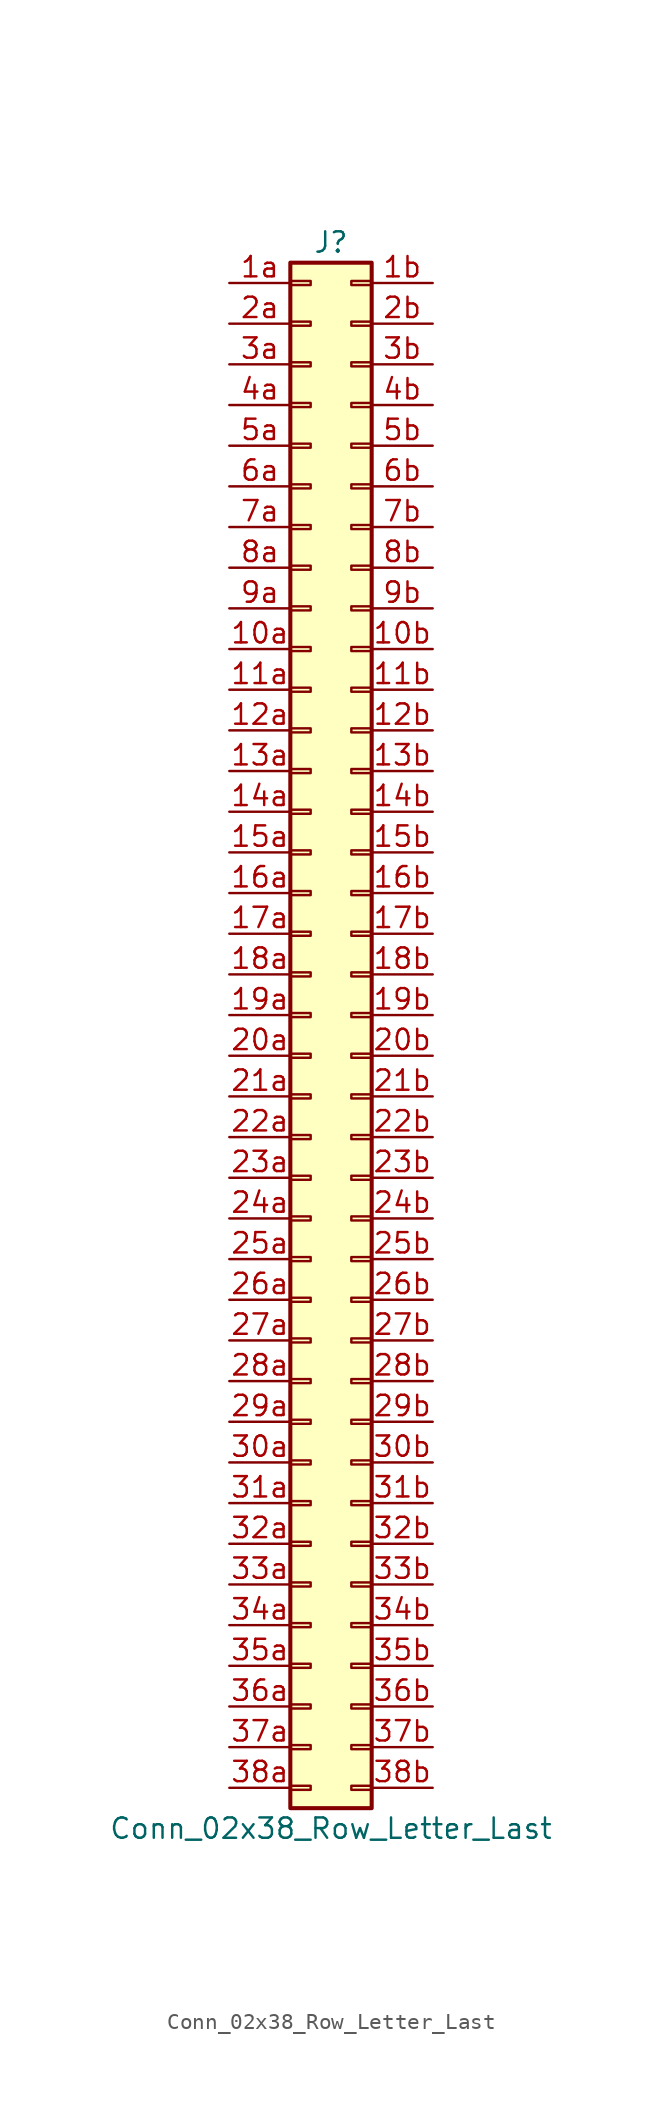
<source format=kicad_sym>
(kicad_symbol_lib
  (version 20220914)
  (generator kicad_symbol_editor)
  (symbol "Conn_02x38_Row_Letter_Last"
    (pin_names
      (offset 1.016) hide)
    (property "Reference" "J"
      (at 1.27 48.26 0)
      (effects (font (size 1.27 1.27))))
    (property "Value" "Conn_02x38_Row_Letter_Last"
      (at 1.27 -50.8 0)
      (effects (font (size 1.27 1.27))))
    (symbol "Conn_02x38_Row_Letter_Last_1_1"
      (rectangle (start -1.27 -48.133) (end 0 -48.387) (stroke (width 0.152) (type solid)) (fill (type none)))
      (rectangle (start -1.27 -45.593) (end 0 -45.847) (stroke (width 0.152) (type solid)) (fill (type none)))
      (rectangle (start -1.27 -43.053) (end 0 -43.307) (stroke (width 0.152) (type solid)) (fill (type none)))
      (rectangle (start -1.27 -40.513) (end 0 -40.767) (stroke (width 0.152) (type solid)) (fill (type none)))
      (rectangle (start -1.27 -37.973) (end 0 -38.227) (stroke (width 0.152) (type solid)) (fill (type none)))
      (rectangle (start -1.27 -35.433) (end 0 -35.687) (stroke (width 0.152) (type solid)) (fill (type none)))
      (rectangle (start -1.27 -32.893) (end 0 -33.147) (stroke (width 0.152) (type solid)) (fill (type none)))
      (rectangle (start -1.27 -30.353) (end 0 -30.607) (stroke (width 0.152) (type solid)) (fill (type none)))
      (rectangle (start -1.27 -27.813) (end 0 -28.067) (stroke (width 0.152) (type solid)) (fill (type none)))
      (rectangle (start -1.27 -25.273) (end 0 -25.527) (stroke (width 0.152) (type solid)) (fill (type none)))
      (rectangle (start -1.27 -22.733) (end 0 -22.987) (stroke (width 0.152) (type solid)) (fill (type none)))
      (rectangle (start -1.27 -20.193) (end 0 -20.447) (stroke (width 0.152) (type solid)) (fill (type none)))
      (rectangle (start -1.27 -17.653) (end 0 -17.907) (stroke (width 0.152) (type solid)) (fill (type none)))
      (rectangle (start -1.27 -15.113) (end 0 -15.367) (stroke (width 0.152) (type solid)) (fill (type none)))
      (rectangle (start -1.27 -12.573) (end 0 -12.827) (stroke (width 0.152) (type solid)) (fill (type none)))
      (rectangle (start -1.27 -10.033) (end 0 -10.287) (stroke (width 0.152) (type solid)) (fill (type none)))
      (rectangle (start -1.27 -7.493) (end 0 -7.747) (stroke (width 0.152) (type solid)) (fill (type none)))
      (rectangle (start -1.27 -4.953) (end 0 -5.207) (stroke (width 0.152) (type solid)) (fill (type none)))
      (rectangle (start -1.27 -2.413) (end 0 -2.667) (stroke (width 0.152) (type solid)) (fill (type none)))
      (rectangle (start -1.27 0.127) (end 0 -0.127) (stroke (width 0.152) (type solid)) (fill (type none)))
      (rectangle (start -1.27 2.667) (end 0 2.413) (stroke (width 0.152) (type solid)) (fill (type none)))
      (rectangle (start -1.27 5.207) (end 0 4.953) (stroke (width 0.152) (type solid)) (fill (type none)))
      (rectangle (start -1.27 7.747) (end 0 7.493) (stroke (width 0.152) (type solid)) (fill (type none)))
      (rectangle (start -1.27 10.287) (end 0 10.033) (stroke (width 0.152) (type solid)) (fill (type none)))
      (rectangle (start -1.27 12.827) (end 0 12.573) (stroke (width 0.152) (type solid)) (fill (type none)))
      (rectangle (start -1.27 15.367) (end 0 15.113) (stroke (width 0.152) (type solid)) (fill (type none)))
      (rectangle (start -1.27 17.907) (end 0 17.653) (stroke (width 0.152) (type solid)) (fill (type none)))
      (rectangle (start -1.27 20.447) (end 0 20.193) (stroke (width 0.152) (type solid)) (fill (type none)))
      (rectangle (start -1.27 22.987) (end 0 22.733) (stroke (width 0.152) (type solid)) (fill (type none)))
      (rectangle (start -1.27 25.527) (end 0 25.273) (stroke (width 0.152) (type solid)) (fill (type none)))
      (rectangle (start -1.27 28.067) (end 0 27.813) (stroke (width 0.152) (type solid)) (fill (type none)))
      (rectangle (start -1.27 30.607) (end 0 30.353) (stroke (width 0.152) (type solid)) (fill (type none)))
      (rectangle (start -1.27 33.147) (end 0 32.893) (stroke (width 0.152) (type solid)) (fill (type none)))
      (rectangle (start -1.27 35.687) (end 0 35.433) (stroke (width 0.152) (type solid)) (fill (type none)))
      (rectangle (start -1.27 38.227) (end 0 37.973) (stroke (width 0.152) (type solid)) (fill (type none)))
      (rectangle (start -1.27 40.767) (end 0 40.513) (stroke (width 0.152) (type solid)) (fill (type none)))
      (rectangle (start -1.27 43.307) (end 0 43.053) (stroke (width 0.152) (type solid)) (fill (type none)))
      (rectangle (start -1.27 45.847) (end 0 45.593) (stroke (width 0.152) (type solid)) (fill (type none)))
      (rectangle (start -1.27 46.99) (end 3.81 -49.53) (stroke (width 0.254) (type solid)) (fill (type background)))
      (rectangle (start 3.81 -48.133) (end 2.54 -48.387) (stroke (width 0.152) (type solid)) (fill (type none)))
      (rectangle (start 3.81 -45.593) (end 2.54 -45.847) (stroke (width 0.152) (type solid)) (fill (type none)))
      (rectangle (start 3.81 -43.053) (end 2.54 -43.307) (stroke (width 0.152) (type solid)) (fill (type none)))
      (rectangle (start 3.81 -40.513) (end 2.54 -40.767) (stroke (width 0.152) (type solid)) (fill (type none)))
      (rectangle (start 3.81 -37.973) (end 2.54 -38.227) (stroke (width 0.152) (type solid)) (fill (type none)))
      (rectangle (start 3.81 -35.433) (end 2.54 -35.687) (stroke (width 0.152) (type solid)) (fill (type none)))
      (rectangle (start 3.81 -32.893) (end 2.54 -33.147) (stroke (width 0.152) (type solid)) (fill (type none)))
      (rectangle (start 3.81 -30.353) (end 2.54 -30.607) (stroke (width 0.152) (type solid)) (fill (type none)))
      (rectangle (start 3.81 -27.813) (end 2.54 -28.067) (stroke (width 0.152) (type solid)) (fill (type none)))
      (rectangle (start 3.81 -25.273) (end 2.54 -25.527) (stroke (width 0.152) (type solid)) (fill (type none)))
      (rectangle (start 3.81 -22.733) (end 2.54 -22.987) (stroke (width 0.152) (type solid)) (fill (type none)))
      (rectangle (start 3.81 -20.193) (end 2.54 -20.447) (stroke (width 0.152) (type solid)) (fill (type none)))
      (rectangle (start 3.81 -17.653) (end 2.54 -17.907) (stroke (width 0.152) (type solid)) (fill (type none)))
      (rectangle (start 3.81 -15.113) (end 2.54 -15.367) (stroke (width 0.152) (type solid)) (fill (type none)))
      (rectangle (start 3.81 -12.573) (end 2.54 -12.827) (stroke (width 0.152) (type solid)) (fill (type none)))
      (rectangle (start 3.81 -10.033) (end 2.54 -10.287) (stroke (width 0.152) (type solid)) (fill (type none)))
      (rectangle (start 3.81 -7.493) (end 2.54 -7.747) (stroke (width 0.152) (type solid)) (fill (type none)))
      (rectangle (start 3.81 -4.953) (end 2.54 -5.207) (stroke (width 0.152) (type solid)) (fill (type none)))
      (rectangle (start 3.81 -2.413) (end 2.54 -2.667) (stroke (width 0.152) (type solid)) (fill (type none)))
      (rectangle (start 3.81 0.127) (end 2.54 -0.127) (stroke (width 0.152) (type solid)) (fill (type none)))
      (rectangle (start 3.81 2.667) (end 2.54 2.413) (stroke (width 0.152) (type solid)) (fill (type none)))
      (rectangle (start 3.81 5.207) (end 2.54 4.953) (stroke (width 0.152) (type solid)) (fill (type none)))
      (rectangle (start 3.81 7.747) (end 2.54 7.493) (stroke (width 0.152) (type solid)) (fill (type none)))
      (rectangle (start 3.81 10.287) (end 2.54 10.033) (stroke (width 0.152) (type solid)) (fill (type none)))
      (rectangle (start 3.81 12.827) (end 2.54 12.573) (stroke (width 0.152) (type solid)) (fill (type none)))
      (rectangle (start 3.81 15.367) (end 2.54 15.113) (stroke (width 0.152) (type solid)) (fill (type none)))
      (rectangle (start 3.81 17.907) (end 2.54 17.653) (stroke (width 0.152) (type solid)) (fill (type none)))
      (rectangle (start 3.81 20.447) (end 2.54 20.193) (stroke (width 0.152) (type solid)) (fill (type none)))
      (rectangle (start 3.81 22.987) (end 2.54 22.733) (stroke (width 0.152) (type solid)) (fill (type none)))
      (rectangle (start 3.81 25.527) (end 2.54 25.273) (stroke (width 0.152) (type solid)) (fill (type none)))
      (rectangle (start 3.81 28.067) (end 2.54 27.813) (stroke (width 0.152) (type solid)) (fill (type none)))
      (rectangle (start 3.81 30.607) (end 2.54 30.353) (stroke (width 0.152) (type solid)) (fill (type none)))
      (rectangle (start 3.81 33.147) (end 2.54 32.893) (stroke (width 0.152) (type solid)) (fill (type none)))
      (rectangle (start 3.81 35.687) (end 2.54 35.433) (stroke (width 0.152) (type solid)) (fill (type none)))
      (rectangle (start 3.81 38.227) (end 2.54 37.973) (stroke (width 0.152) (type solid)) (fill (type none)))
      (rectangle (start 3.81 40.767) (end 2.54 40.513) (stroke (width 0.152) (type solid)) (fill (type none)))
      (rectangle (start 3.81 43.307) (end 2.54 43.053) (stroke (width 0.152) (type solid)) (fill (type none)))
      (rectangle (start 3.81 45.847) (end 2.54 45.593) (stroke (width 0.152) (type solid)) (fill (type none)))
      (pin passive line (at -5.08 22.86 0) (length 3.81) (name "Pin_10a" (effects (font (size 1.27 1.27)))) (number "10a" (effects (font (size 1.27 1.27)))))
      (pin passive line (at 7.62 22.86 180) (length 3.81) (name "Pin_10b" (effects (font (size 1.27 1.27)))) (number "10b" (effects (font (size 1.27 1.27)))))
      (pin passive line (at -5.08 20.32 0) (length 3.81) (name "Pin_11a" (effects (font (size 1.27 1.27)))) (number "11a" (effects (font (size 1.27 1.27)))))
      (pin passive line (at 7.62 20.32 180) (length 3.81) (name "Pin_11b" (effects (font (size 1.27 1.27)))) (number "11b" (effects (font (size 1.27 1.27)))))
      (pin passive line (at -5.08 17.78 0) (length 3.81) (name "Pin_12a" (effects (font (size 1.27 1.27)))) (number "12a" (effects (font (size 1.27 1.27)))))
      (pin passive line (at 7.62 17.78 180) (length 3.81) (name "Pin_12b" (effects (font (size 1.27 1.27)))) (number "12b" (effects (font (size 1.27 1.27)))))
      (pin passive line (at -5.08 15.24 0) (length 3.81) (name "Pin_13a" (effects (font (size 1.27 1.27)))) (number "13a" (effects (font (size 1.27 1.27)))))
      (pin passive line (at 7.62 15.24 180) (length 3.81) (name "Pin_13b" (effects (font (size 1.27 1.27)))) (number "13b" (effects (font (size 1.27 1.27)))))
      (pin passive line (at -5.08 12.7 0) (length 3.81) (name "Pin_14a" (effects (font (size 1.27 1.27)))) (number "14a" (effects (font (size 1.27 1.27)))))
      (pin passive line (at 7.62 12.7 180) (length 3.81) (name "Pin_14b" (effects (font (size 1.27 1.27)))) (number "14b" (effects (font (size 1.27 1.27)))))
      (pin passive line (at -5.08 10.16 0) (length 3.81) (name "Pin_15a" (effects (font (size 1.27 1.27)))) (number "15a" (effects (font (size 1.27 1.27)))))
      (pin passive line (at 7.62 10.16 180) (length 3.81) (name "Pin_15b" (effects (font (size 1.27 1.27)))) (number "15b" (effects (font (size 1.27 1.27)))))
      (pin passive line (at -5.08 7.62 0) (length 3.81) (name "Pin_16a" (effects (font (size 1.27 1.27)))) (number "16a" (effects (font (size 1.27 1.27)))))
      (pin passive line (at 7.62 7.62 180) (length 3.81) (name "Pin_16b" (effects (font (size 1.27 1.27)))) (number "16b" (effects (font (size 1.27 1.27)))))
      (pin passive line (at -5.08 5.08 0) (length 3.81) (name "Pin_17a" (effects (font (size 1.27 1.27)))) (number "17a" (effects (font (size 1.27 1.27)))))
      (pin passive line (at 7.62 5.08 180) (length 3.81) (name "Pin_17b" (effects (font (size 1.27 1.27)))) (number "17b" (effects (font (size 1.27 1.27)))))
      (pin passive line (at -5.08 2.54 0) (length 3.81) (name "Pin_18a" (effects (font (size 1.27 1.27)))) (number "18a" (effects (font (size 1.27 1.27)))))
      (pin passive line (at 7.62 2.54 180) (length 3.81) (name "Pin_18b" (effects (font (size 1.27 1.27)))) (number "18b" (effects (font (size 1.27 1.27)))))
      (pin passive line (at -5.08 0 0) (length 3.81) (name "Pin_19a" (effects (font (size 1.27 1.27)))) (number "19a" (effects (font (size 1.27 1.27)))))
      (pin passive line (at 7.62 0 180) (length 3.81) (name "Pin_19b" (effects (font (size 1.27 1.27)))) (number "19b" (effects (font (size 1.27 1.27)))))
      (pin passive line (at -5.08 45.72 0) (length 3.81) (name "Pin_1a" (effects (font (size 1.27 1.27)))) (number "1a" (effects (font (size 1.27 1.27)))))
      (pin passive line (at 7.62 45.72 180) (length 3.81) (name "Pin_1b" (effects (font (size 1.27 1.27)))) (number "1b" (effects (font (size 1.27 1.27)))))
      (pin passive line (at -5.08 -2.54 0) (length 3.81) (name "Pin_20a" (effects (font (size 1.27 1.27)))) (number "20a" (effects (font (size 1.27 1.27)))))
      (pin passive line (at 7.62 -2.54 180) (length 3.81) (name "Pin_20b" (effects (font (size 1.27 1.27)))) (number "20b" (effects (font (size 1.27 1.27)))))
      (pin passive line (at -5.08 -5.08 0) (length 3.81) (name "Pin_21a" (effects (font (size 1.27 1.27)))) (number "21a" (effects (font (size 1.27 1.27)))))
      (pin passive line (at 7.62 -5.08 180) (length 3.81) (name "Pin_21b" (effects (font (size 1.27 1.27)))) (number "21b" (effects (font (size 1.27 1.27)))))
      (pin passive line (at -5.08 -7.62 0) (length 3.81) (name "Pin_22a" (effects (font (size 1.27 1.27)))) (number "22a" (effects (font (size 1.27 1.27)))))
      (pin passive line (at 7.62 -7.62 180) (length 3.81) (name "Pin_22b" (effects (font (size 1.27 1.27)))) (number "22b" (effects (font (size 1.27 1.27)))))
      (pin passive line (at -5.08 -10.16 0) (length 3.81) (name "Pin_23a" (effects (font (size 1.27 1.27)))) (number "23a" (effects (font (size 1.27 1.27)))))
      (pin passive line (at 7.62 -10.16 180) (length 3.81) (name "Pin_23b" (effects (font (size 1.27 1.27)))) (number "23b" (effects (font (size 1.27 1.27)))))
      (pin passive line (at -5.08 -12.7 0) (length 3.81) (name "Pin_24a" (effects (font (size 1.27 1.27)))) (number "24a" (effects (font (size 1.27 1.27)))))
      (pin passive line (at 7.62 -12.7 180) (length 3.81) (name "Pin_24b" (effects (font (size 1.27 1.27)))) (number "24b" (effects (font (size 1.27 1.27)))))
      (pin passive line (at -5.08 -15.24 0) (length 3.81) (name "Pin_25a" (effects (font (size 1.27 1.27)))) (number "25a" (effects (font (size 1.27 1.27)))))
      (pin passive line (at 7.62 -15.24 180) (length 3.81) (name "Pin_25b" (effects (font (size 1.27 1.27)))) (number "25b" (effects (font (size 1.27 1.27)))))
      (pin passive line (at -5.08 -17.78 0) (length 3.81) (name "Pin_26a" (effects (font (size 1.27 1.27)))) (number "26a" (effects (font (size 1.27 1.27)))))
      (pin passive line (at 7.62 -17.78 180) (length 3.81) (name "Pin_26b" (effects (font (size 1.27 1.27)))) (number "26b" (effects (font (size 1.27 1.27)))))
      (pin passive line (at -5.08 -20.32 0) (length 3.81) (name "Pin_27a" (effects (font (size 1.27 1.27)))) (number "27a" (effects (font (size 1.27 1.27)))))
      (pin passive line (at 7.62 -20.32 180) (length 3.81) (name "Pin_27b" (effects (font (size 1.27 1.27)))) (number "27b" (effects (font (size 1.27 1.27)))))
      (pin passive line (at -5.08 -22.86 0) (length 3.81) (name "Pin_28a" (effects (font (size 1.27 1.27)))) (number "28a" (effects (font (size 1.27 1.27)))))
      (pin passive line (at 7.62 -22.86 180) (length 3.81) (name "Pin_28b" (effects (font (size 1.27 1.27)))) (number "28b" (effects (font (size 1.27 1.27)))))
      (pin passive line (at -5.08 -25.4 0) (length 3.81) (name "Pin_29a" (effects (font (size 1.27 1.27)))) (number "29a" (effects (font (size 1.27 1.27)))))
      (pin passive line (at 7.62 -25.4 180) (length 3.81) (name "Pin_29b" (effects (font (size 1.27 1.27)))) (number "29b" (effects (font (size 1.27 1.27)))))
      (pin passive line (at -5.08 43.18 0) (length 3.81) (name "Pin_2a" (effects (font (size 1.27 1.27)))) (number "2a" (effects (font (size 1.27 1.27)))))
      (pin passive line (at 7.62 43.18 180) (length 3.81) (name "Pin_2b" (effects (font (size 1.27 1.27)))) (number "2b" (effects (font (size 1.27 1.27)))))
      (pin passive line (at -5.08 -27.94 0) (length 3.81) (name "Pin_30a" (effects (font (size 1.27 1.27)))) (number "30a" (effects (font (size 1.27 1.27)))))
      (pin passive line (at 7.62 -27.94 180) (length 3.81) (name "Pin_30b" (effects (font (size 1.27 1.27)))) (number "30b" (effects (font (size 1.27 1.27)))))
      (pin passive line (at -5.08 -30.48 0) (length 3.81) (name "Pin_31a" (effects (font (size 1.27 1.27)))) (number "31a" (effects (font (size 1.27 1.27)))))
      (pin passive line (at 7.62 -30.48 180) (length 3.81) (name "Pin_31b" (effects (font (size 1.27 1.27)))) (number "31b" (effects (font (size 1.27 1.27)))))
      (pin passive line (at -5.08 -33.02 0) (length 3.81) (name "Pin_32a" (effects (font (size 1.27 1.27)))) (number "32a" (effects (font (size 1.27 1.27)))))
      (pin passive line (at 7.62 -33.02 180) (length 3.81) (name "Pin_32b" (effects (font (size 1.27 1.27)))) (number "32b" (effects (font (size 1.27 1.27)))))
      (pin passive line (at -5.08 -35.56 0) (length 3.81) (name "Pin_33a" (effects (font (size 1.27 1.27)))) (number "33a" (effects (font (size 1.27 1.27)))))
      (pin passive line (at 7.62 -35.56 180) (length 3.81) (name "Pin_33b" (effects (font (size 1.27 1.27)))) (number "33b" (effects (font (size 1.27 1.27)))))
      (pin passive line (at -5.08 -38.1 0) (length 3.81) (name "Pin_34a" (effects (font (size 1.27 1.27)))) (number "34a" (effects (font (size 1.27 1.27)))))
      (pin passive line (at 7.62 -38.1 180) (length 3.81) (name "Pin_34b" (effects (font (size 1.27 1.27)))) (number "34b" (effects (font (size 1.27 1.27)))))
      (pin passive line (at -5.08 -40.64 0) (length 3.81) (name "Pin_35a" (effects (font (size 1.27 1.27)))) (number "35a" (effects (font (size 1.27 1.27)))))
      (pin passive line (at 7.62 -40.64 180) (length 3.81) (name "Pin_35b" (effects (font (size 1.27 1.27)))) (number "35b" (effects (font (size 1.27 1.27)))))
      (pin passive line (at -5.08 -43.18 0) (length 3.81) (name "Pin_36a" (effects (font (size 1.27 1.27)))) (number "36a" (effects (font (size 1.27 1.27)))))
      (pin passive line (at 7.62 -43.18 180) (length 3.81) (name "Pin_36b" (effects (font (size 1.27 1.27)))) (number "36b" (effects (font (size 1.27 1.27)))))
      (pin passive line (at -5.08 -45.72 0) (length 3.81) (name "Pin_37a" (effects (font (size 1.27 1.27)))) (number "37a" (effects (font (size 1.27 1.27)))))
      (pin passive line (at 7.62 -45.72 180) (length 3.81) (name "Pin_37b" (effects (font (size 1.27 1.27)))) (number "37b" (effects (font (size 1.27 1.27)))))
      (pin passive line (at -5.08 -48.26 0) (length 3.81) (name "Pin_38a" (effects (font (size 1.27 1.27)))) (number "38a" (effects (font (size 1.27 1.27)))))
      (pin passive line (at 7.62 -48.26 180) (length 3.81) (name "Pin_38b" (effects (font (size 1.27 1.27)))) (number "38b" (effects (font (size 1.27 1.27)))))
      (pin passive line (at -5.08 40.64 0) (length 3.81) (name "Pin_3a" (effects (font (size 1.27 1.27)))) (number "3a" (effects (font (size 1.27 1.27)))))
      (pin passive line (at 7.62 40.64 180) (length 3.81) (name "Pin_3b" (effects (font (size 1.27 1.27)))) (number "3b" (effects (font (size 1.27 1.27)))))
      (pin passive line (at -5.08 38.1 0) (length 3.81) (name "Pin_4a" (effects (font (size 1.27 1.27)))) (number "4a" (effects (font (size 1.27 1.27)))))
      (pin passive line (at 7.62 38.1 180) (length 3.81) (name "Pin_4b" (effects (font (size 1.27 1.27)))) (number "4b" (effects (font (size 1.27 1.27)))))
      (pin passive line (at -5.08 35.56 0) (length 3.81) (name "Pin_5a" (effects (font (size 1.27 1.27)))) (number "5a" (effects (font (size 1.27 1.27)))))
      (pin passive line (at 7.62 35.56 180) (length 3.81) (name "Pin_5b" (effects (font (size 1.27 1.27)))) (number "5b" (effects (font (size 1.27 1.27)))))
      (pin passive line (at -5.08 33.02 0) (length 3.81) (name "Pin_6a" (effects (font (size 1.27 1.27)))) (number "6a" (effects (font (size 1.27 1.27)))))
      (pin passive line (at 7.62 33.02 180) (length 3.81) (name "Pin_6b" (effects (font (size 1.27 1.27)))) (number "6b" (effects (font (size 1.27 1.27)))))
      (pin passive line (at -5.08 30.48 0) (length 3.81) (name "Pin_7a" (effects (font (size 1.27 1.27)))) (number "7a" (effects (font (size 1.27 1.27)))))
      (pin passive line (at 7.62 30.48 180) (length 3.81) (name "Pin_7b" (effects (font (size 1.27 1.27)))) (number "7b" (effects (font (size 1.27 1.27)))))
      (pin passive line (at -5.08 27.94 0) (length 3.81) (name "Pin_8a" (effects (font (size 1.27 1.27)))) (number "8a" (effects (font (size 1.27 1.27)))))
      (pin passive line (at 7.62 27.94 180) (length 3.81) (name "Pin_8b" (effects (font (size 1.27 1.27)))) (number "8b" (effects (font (size 1.27 1.27)))))
      (pin passive line (at -5.08 25.4 0) (length 3.81) (name "Pin_9a" (effects (font (size 1.27 1.27)))) (number "9a" (effects (font (size 1.27 1.27)))))
      (pin passive line (at 7.62 25.4 180) (length 3.81) (name "Pin_9b" (effects (font (size 1.27 1.27)))) (number "9b" (effects (font (size 1.27 1.27))))))))
</source>
